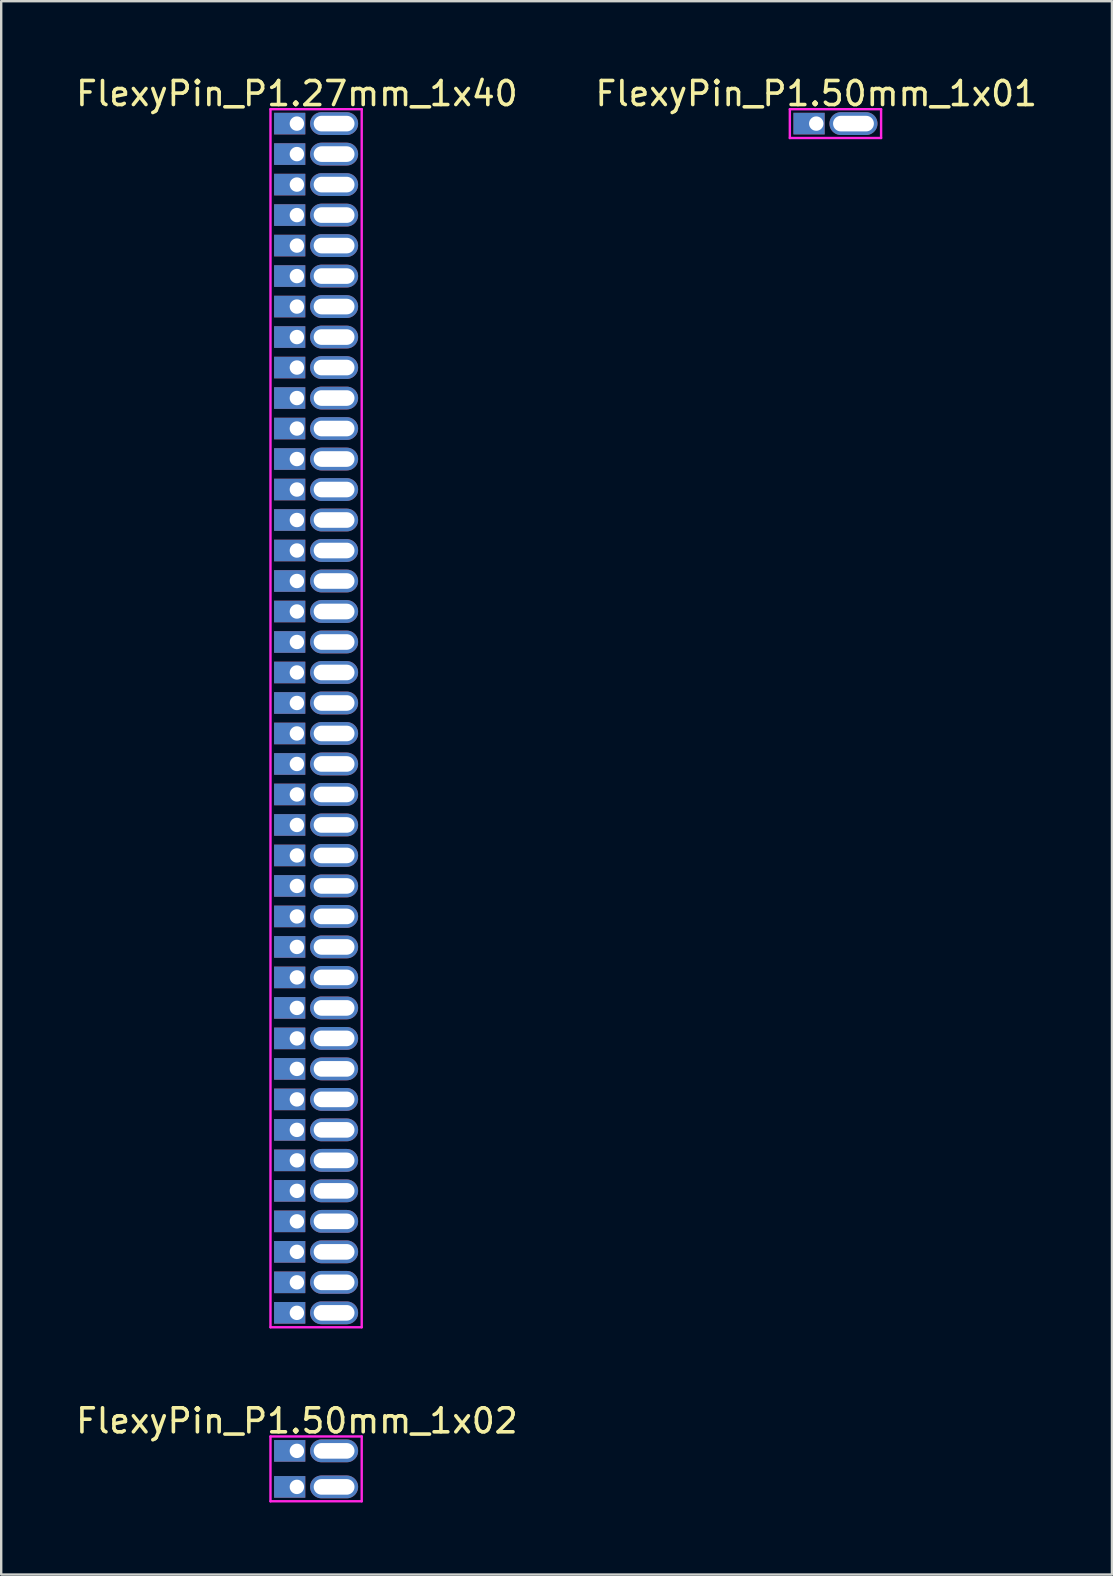
<source format=kicad_pcb>
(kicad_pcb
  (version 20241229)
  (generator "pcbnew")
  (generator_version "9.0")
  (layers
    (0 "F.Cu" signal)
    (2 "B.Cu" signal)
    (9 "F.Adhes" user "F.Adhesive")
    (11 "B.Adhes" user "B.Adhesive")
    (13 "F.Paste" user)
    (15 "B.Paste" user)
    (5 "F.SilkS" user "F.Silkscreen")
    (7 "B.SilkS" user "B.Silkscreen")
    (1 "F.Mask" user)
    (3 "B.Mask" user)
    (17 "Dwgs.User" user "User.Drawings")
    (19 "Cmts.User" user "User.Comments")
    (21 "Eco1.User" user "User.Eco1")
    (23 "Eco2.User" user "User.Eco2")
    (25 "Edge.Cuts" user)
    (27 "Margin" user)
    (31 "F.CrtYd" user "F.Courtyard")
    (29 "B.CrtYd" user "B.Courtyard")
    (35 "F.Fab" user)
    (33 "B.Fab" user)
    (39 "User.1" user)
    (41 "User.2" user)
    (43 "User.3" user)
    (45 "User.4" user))
  (footprint "FlexyPin_P1.50mm_1x02"
    (layer "F.Cu")
    (at 9.315 57.377)
    (property "Reference" "FlexyPin_P1.50mm_1x02" (at 0 -1.25 0) (layer "F.SilkS") (effects (font (size 1 1) (thickness 0.15))))
    (attr through_hole)
    (fp_line (start -1.1 -0.6) (end 2.7 -0.6) (stroke (width 0.1) (type solid)) (layer "F.CrtYd"))
    (fp_line (start -1.1 2.1) (end -1.1 -0.6) (stroke (width 0.1) (type solid)) (layer "F.CrtYd"))
    (fp_line (start 2.7 -0.6) (end 2.7 2.1) (stroke (width 0.1) (type solid)) (layer "F.CrtYd"))
    (fp_line (start 2.7 2.1) (end -1.1 2.1) (stroke (width 0.1) (type solid)) (layer "F.CrtYd"))
    (pad "" thru_hole oval (at 1.55 0) (size 2 0.95) (drill oval 1.7 0.65) (layers "*.Cu" "*.Mask"))
    (pad "" thru_hole oval (at 1.55 1.5) (size 2 0.95) (drill oval 1.7 0.65) (layers "*.Cu" "*.Mask"))
    (pad "1" thru_hole rect (at 0 0) (size 1.3 0.9) (drill 0.6 (offset -0.3 0)) (layers "*.Cu" "*.Mask"))
    (pad "2" thru_hole rect (at 0 1.5) (size 1.3 0.9) (drill 0.6 (offset -0.3 0)) (layers "*.Cu" "*.Mask")))
  (footprint "FlexyPin_P1.27mm_1x40"
    (layer "F.Cu")
    (at 9.315 2.098)
    (property "Reference" "FlexyPin_P1.27mm_1x40" (at 0 -1.25 0) (layer "F.SilkS") (effects (font (size 1 1) (thickness 0.15))))
    (attr through_hole)
    (fp_line (start -1.1 -0.6) (end 2.7 -0.6) (stroke (width 0.1) (type solid)) (layer "F.CrtYd"))
    (fp_line (start -1.1 50.13) (end -1.1 -0.6) (stroke (width 0.1) (type solid)) (layer "F.CrtYd"))
    (fp_line (start 2.7 -0.6) (end 2.7 50.13) (stroke (width 0.1) (type solid)) (layer "F.CrtYd"))
    (fp_line (start 2.7 50.13) (end -1.1 50.13) (stroke (width 0.1) (type solid)) (layer "F.CrtYd"))
    (pad "" thru_hole oval (at 1.55 0) (size 2 0.95) (drill oval 1.7 0.65) (layers "*.Cu" "*.Mask"))
    (pad "" thru_hole oval (at 1.55 1.27) (size 2 0.95) (drill oval 1.7 0.65) (layers "*.Cu" "*.Mask"))
    (pad "" thru_hole oval (at 1.55 2.54) (size 2 0.95) (drill oval 1.7 0.65) (layers "*.Cu" "*.Mask"))
    (pad "" thru_hole oval (at 1.55 3.81) (size 2 0.95) (drill oval 1.7 0.65) (layers "*.Cu" "*.Mask"))
    (pad "" thru_hole oval (at 1.55 5.08) (size 2 0.95) (drill oval 1.7 0.65) (layers "*.Cu" "*.Mask"))
    (pad "" thru_hole oval (at 1.55 6.35) (size 2 0.95) (drill oval 1.7 0.65) (layers "*.Cu" "*.Mask"))
    (pad "" thru_hole oval (at 1.55 7.62) (size 2 0.95) (drill oval 1.7 0.65) (layers "*.Cu" "*.Mask"))
    (pad "" thru_hole oval (at 1.55 8.89) (size 2 0.95) (drill oval 1.7 0.65) (layers "*.Cu" "*.Mask"))
    (pad "" thru_hole oval (at 1.55 10.16) (size 2 0.95) (drill oval 1.7 0.65) (layers "*.Cu" "*.Mask"))
    (pad "" thru_hole oval (at 1.55 11.43) (size 2 0.95) (drill oval 1.7 0.65) (layers "*.Cu" "*.Mask"))
    (pad "" thru_hole oval (at 1.55 12.7) (size 2 0.95) (drill oval 1.7 0.65) (layers "*.Cu" "*.Mask"))
    (pad "" thru_hole oval (at 1.55 13.97) (size 2 0.95) (drill oval 1.7 0.65) (layers "*.Cu" "*.Mask"))
    (pad "" thru_hole oval (at 1.55 15.24) (size 2 0.95) (drill oval 1.7 0.65) (layers "*.Cu" "*.Mask"))
    (pad "" thru_hole oval (at 1.55 16.51) (size 2 0.95) (drill oval 1.7 0.65) (layers "*.Cu" "*.Mask"))
    (pad "" thru_hole oval (at 1.55 17.78) (size 2 0.95) (drill oval 1.7 0.65) (layers "*.Cu" "*.Mask"))
    (pad "" thru_hole oval (at 1.55 19.05) (size 2 0.95) (drill oval 1.7 0.65) (layers "*.Cu" "*.Mask"))
    (pad "" thru_hole oval (at 1.55 20.32) (size 2 0.95) (drill oval 1.7 0.65) (layers "*.Cu" "*.Mask"))
    (pad "" thru_hole oval (at 1.55 21.59) (size 2 0.95) (drill oval 1.7 0.65) (layers "*.Cu" "*.Mask"))
    (pad "" thru_hole oval (at 1.55 22.86) (size 2 0.95) (drill oval 1.7 0.65) (layers "*.Cu" "*.Mask"))
    (pad "" thru_hole oval (at 1.55 24.13) (size 2 0.95) (drill oval 1.7 0.65) (layers "*.Cu" "*.Mask"))
    (pad "" thru_hole oval (at 1.55 25.4) (size 2 0.95) (drill oval 1.7 0.65) (layers "*.Cu" "*.Mask"))
    (pad "" thru_hole oval (at 1.55 26.67) (size 2 0.95) (drill oval 1.7 0.65) (layers "*.Cu" "*.Mask"))
    (pad "" thru_hole oval (at 1.55 27.94) (size 2 0.95) (drill oval 1.7 0.65) (layers "*.Cu" "*.Mask"))
    (pad "" thru_hole oval (at 1.55 29.21) (size 2 0.95) (drill oval 1.7 0.65) (layers "*.Cu" "*.Mask"))
    (pad "" thru_hole oval (at 1.55 30.48) (size 2 0.95) (drill oval 1.7 0.65) (layers "*.Cu" "*.Mask"))
    (pad "" thru_hole oval (at 1.55 31.75) (size 2 0.95) (drill oval 1.7 0.65) (layers "*.Cu" "*.Mask"))
    (pad "" thru_hole oval (at 1.55 33.02) (size 2 0.95) (drill oval 1.7 0.65) (layers "*.Cu" "*.Mask"))
    (pad "" thru_hole oval (at 1.55 34.29) (size 2 0.95) (drill oval 1.7 0.65) (layers "*.Cu" "*.Mask"))
    (pad "" thru_hole oval (at 1.55 35.56) (size 2 0.95) (drill oval 1.7 0.65) (layers "*.Cu" "*.Mask"))
    (pad "" thru_hole oval (at 1.55 36.83) (size 2 0.95) (drill oval 1.7 0.65) (layers "*.Cu" "*.Mask"))
    (pad "" thru_hole oval (at 1.55 38.1) (size 2 0.95) (drill oval 1.7 0.65) (layers "*.Cu" "*.Mask"))
    (pad "" thru_hole oval (at 1.55 39.37) (size 2 0.95) (drill oval 1.7 0.65) (layers "*.Cu" "*.Mask"))
    (pad "" thru_hole oval (at 1.55 40.64) (size 2 0.95) (drill oval 1.7 0.65) (layers "*.Cu" "*.Mask"))
    (pad "" thru_hole oval (at 1.55 41.91) (size 2 0.95) (drill oval 1.7 0.65) (layers "*.Cu" "*.Mask"))
    (pad "" thru_hole oval (at 1.55 43.18) (size 2 0.95) (drill oval 1.7 0.65) (layers "*.Cu" "*.Mask"))
    (pad "" thru_hole oval (at 1.55 44.45) (size 2 0.95) (drill oval 1.7 0.65) (layers "*.Cu" "*.Mask"))
    (pad "" thru_hole oval (at 1.55 45.72) (size 2 0.95) (drill oval 1.7 0.65) (layers "*.Cu" "*.Mask"))
    (pad "" thru_hole oval (at 1.55 46.99) (size 2 0.95) (drill oval 1.7 0.65) (layers "*.Cu" "*.Mask"))
    (pad "" thru_hole oval (at 1.55 48.26) (size 2 0.95) (drill oval 1.7 0.65) (layers "*.Cu" "*.Mask"))
    (pad "" thru_hole oval (at 1.55 49.53) (size 2 0.95) (drill oval 1.7 0.65) (layers "*.Cu" "*.Mask"))
    (pad "1" thru_hole rect (at 0 0) (size 1.3 0.9) (drill 0.6 (offset -0.3 0)) (layers "*.Cu" "*.Mask"))
    (pad "2" thru_hole rect (at 0 1.27) (size 1.3 0.9) (drill 0.6 (offset -0.3 0)) (layers "*.Cu" "*.Mask"))
    (pad "3" thru_hole rect (at 0 2.54) (size 1.3 0.9) (drill 0.6 (offset -0.3 0)) (layers "*.Cu" "*.Mask"))
    (pad "4" thru_hole rect (at 0 3.81) (size 1.3 0.9) (drill 0.6 (offset -0.3 0)) (layers "*.Cu" "*.Mask"))
    (pad "5" thru_hole rect (at 0 5.08) (size 1.3 0.9) (drill 0.6 (offset -0.3 0)) (layers "*.Cu" "*.Mask"))
    (pad "6" thru_hole rect (at 0 6.35) (size 1.3 0.9) (drill 0.6 (offset -0.3 0)) (layers "*.Cu" "*.Mask"))
    (pad "7" thru_hole rect (at 0 7.62) (size 1.3 0.9) (drill 0.6 (offset -0.3 0)) (layers "*.Cu" "*.Mask"))
    (pad "8" thru_hole rect (at 0 8.89) (size 1.3 0.9) (drill 0.6 (offset -0.3 0)) (layers "*.Cu" "*.Mask"))
    (pad "9" thru_hole rect (at 0 10.16) (size 1.3 0.9) (drill 0.6 (offset -0.3 0)) (layers "*.Cu" "*.Mask"))
    (pad "10" thru_hole rect (at 0 11.43) (size 1.3 0.9) (drill 0.6 (offset -0.3 0)) (layers "*.Cu" "*.Mask"))
    (pad "11" thru_hole rect (at 0 12.7) (size 1.3 0.9) (drill 0.6 (offset -0.3 0)) (layers "*.Cu" "*.Mask"))
    (pad "12" thru_hole rect (at 0 13.97) (size 1.3 0.9) (drill 0.6 (offset -0.3 0)) (layers "*.Cu" "*.Mask"))
    (pad "13" thru_hole rect (at 0 15.24) (size 1.3 0.9) (drill 0.6 (offset -0.3 0)) (layers "*.Cu" "*.Mask"))
    (pad "14" thru_hole rect (at 0 16.51) (size 1.3 0.9) (drill 0.6 (offset -0.3 0)) (layers "*.Cu" "*.Mask"))
    (pad "15" thru_hole rect (at 0 17.78) (size 1.3 0.9) (drill 0.6 (offset -0.3 0)) (layers "*.Cu" "*.Mask"))
    (pad "16" thru_hole rect (at 0 19.05) (size 1.3 0.9) (drill 0.6 (offset -0.3 0)) (layers "*.Cu" "*.Mask"))
    (pad "17" thru_hole rect (at 0 20.32) (size 1.3 0.9) (drill 0.6 (offset -0.3 0)) (layers "*.Cu" "*.Mask"))
    (pad "18" thru_hole rect (at 0 21.59) (size 1.3 0.9) (drill 0.6 (offset -0.3 0)) (layers "*.Cu" "*.Mask"))
    (pad "19" thru_hole rect (at 0 22.86) (size 1.3 0.9) (drill 0.6 (offset -0.3 0)) (layers "*.Cu" "*.Mask"))
    (pad "20" thru_hole rect (at 0 24.13) (size 1.3 0.9) (drill 0.6 (offset -0.3 0)) (layers "*.Cu" "*.Mask"))
    (pad "21" thru_hole rect (at 0 25.4) (size 1.3 0.9) (drill 0.6 (offset -0.3 0)) (layers "*.Cu" "*.Mask"))
    (pad "22" thru_hole rect (at 0 26.67) (size 1.3 0.9) (drill 0.6 (offset -0.3 0)) (layers "*.Cu" "*.Mask"))
    (pad "23" thru_hole rect (at 0 27.94) (size 1.3 0.9) (drill 0.6 (offset -0.3 0)) (layers "*.Cu" "*.Mask"))
    (pad "24" thru_hole rect (at 0 29.21) (size 1.3 0.9) (drill 0.6 (offset -0.3 0)) (layers "*.Cu" "*.Mask"))
    (pad "25" thru_hole rect (at 0 30.48) (size 1.3 0.9) (drill 0.6 (offset -0.3 0)) (layers "*.Cu" "*.Mask"))
    (pad "26" thru_hole rect (at 0 31.75) (size 1.3 0.9) (drill 0.6 (offset -0.3 0)) (layers "*.Cu" "*.Mask"))
    (pad "27" thru_hole rect (at 0 33.02) (size 1.3 0.9) (drill 0.6 (offset -0.3 0)) (layers "*.Cu" "*.Mask"))
    (pad "28" thru_hole rect (at 0 34.29) (size 1.3 0.9) (drill 0.6 (offset -0.3 0)) (layers "*.Cu" "*.Mask"))
    (pad "29" thru_hole rect (at 0 35.56) (size 1.3 0.9) (drill 0.6 (offset -0.3 0)) (layers "*.Cu" "*.Mask"))
    (pad "30" thru_hole rect (at 0 36.83) (size 1.3 0.9) (drill 0.6 (offset -0.3 0)) (layers "*.Cu" "*.Mask"))
    (pad "31" thru_hole rect (at 0 38.1) (size 1.3 0.9) (drill 0.6 (offset -0.3 0)) (layers "*.Cu" "*.Mask"))
    (pad "32" thru_hole rect (at 0 39.37) (size 1.3 0.9) (drill 0.6 (offset -0.3 0)) (layers "*.Cu" "*.Mask"))
    (pad "33" thru_hole rect (at 0 40.64) (size 1.3 0.9) (drill 0.6 (offset -0.3 0)) (layers "*.Cu" "*.Mask"))
    (pad "34" thru_hole rect (at 0 41.91) (size 1.3 0.9) (drill 0.6 (offset -0.3 0)) (layers "*.Cu" "*.Mask"))
    (pad "35" thru_hole rect (at 0 43.18) (size 1.3 0.9) (drill 0.6 (offset -0.3 0)) (layers "*.Cu" "*.Mask"))
    (pad "36" thru_hole rect (at 0 44.45) (size 1.3 0.9) (drill 0.6 (offset -0.3 0)) (layers "*.Cu" "*.Mask"))
    (pad "37" thru_hole rect (at 0 45.72) (size 1.3 0.9) (drill 0.6 (offset -0.3 0)) (layers "*.Cu" "*.Mask"))
    (pad "38" thru_hole rect (at 0 46.99) (size 1.3 0.9) (drill 0.6 (offset -0.3 0)) (layers "*.Cu" "*.Mask"))
    (pad "39" thru_hole rect (at 0 48.26) (size 1.3 0.9) (drill 0.6 (offset -0.3 0)) (layers "*.Cu" "*.Mask"))
    (pad "40" thru_hole rect (at 0 49.53) (size 1.3 0.9) (drill 0.6 (offset -0.3 0)) (layers "*.Cu" "*.Mask")))
  (footprint "FlexyPin_P1.50mm_1x01"
    (layer "F.Cu")
    (at 30.946 2.098)
    (property "Reference" "FlexyPin_P1.50mm_1x01" (at 0 -1.25 0) (layer "F.SilkS") (effects (font (size 1 1) (thickness 0.15))))
    (attr through_hole)
    (fp_line (start -1.1 -0.6) (end 2.7 -0.6) (stroke (width 0.1) (type solid)) (layer "F.CrtYd"))
    (fp_line (start -1.1 0.6) (end -1.1 -0.6) (stroke (width 0.1) (type solid)) (layer "F.CrtYd"))
    (fp_line (start 2.7 -0.6) (end 2.7 0.6) (stroke (width 0.1) (type solid)) (layer "F.CrtYd"))
    (fp_line (start 2.7 0.6) (end -1.1 0.6) (stroke (width 0.1) (type solid)) (layer "F.CrtYd"))
    (pad "" thru_hole oval (at 1.55 0) (size 2 0.95) (drill oval 1.7 0.65) (layers "*.Cu" "*.Mask"))
    (pad "1" thru_hole rect (at 0 0) (size 1.3 0.9) (drill 0.6 (offset -0.3 0)) (layers "*.Cu" "*.Mask")))
  (gr_rect
    (start -3 -3)
    (end 43.262 62.526)
    (stroke (width 0.1) (type default))
    (fill no)
    (layer "Edge.Cuts")))
</source>
